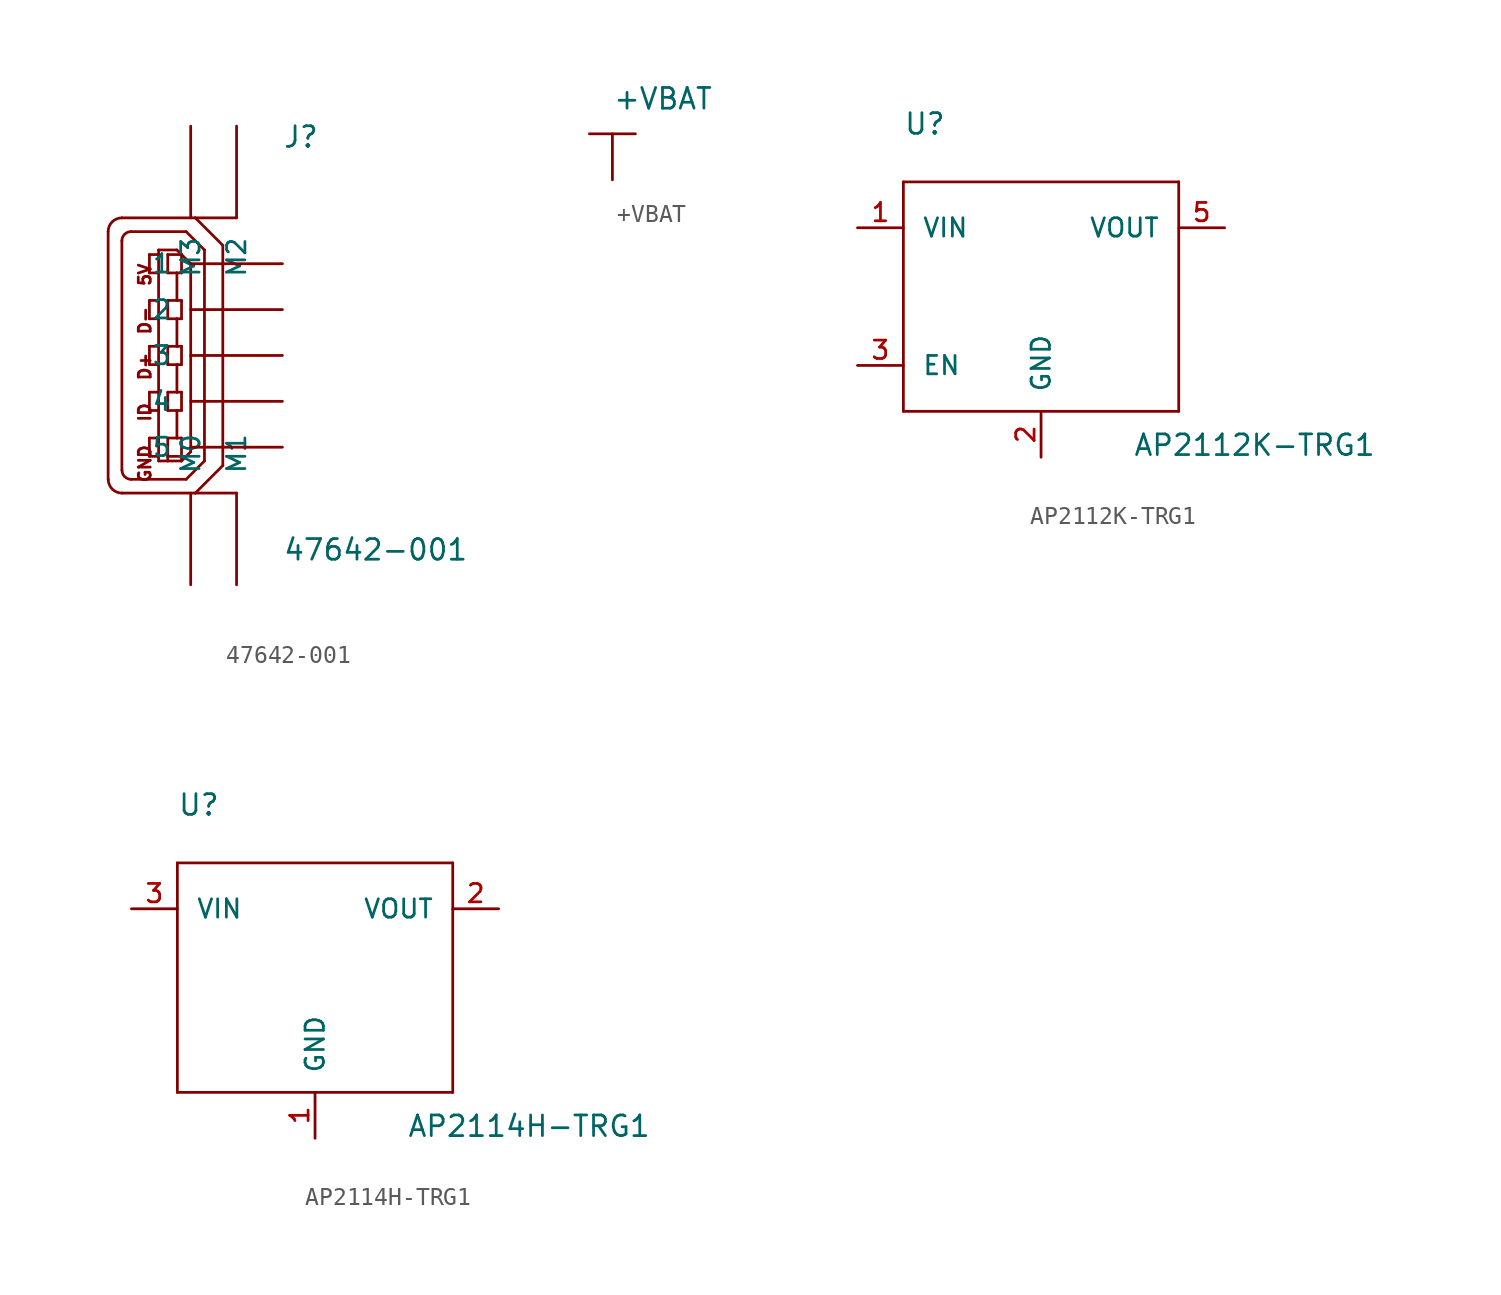
<source format=kicad_sym>
(kicad_symbol_lib
  (version 20211014)
  (generator kicad_symbol_editor)
  (symbol "47642-001"
    (pin_numbers hide)
    (pin_names
      (offset 1.016))
    (property "Reference" "J"
      (at 5.08 11.43 0)
      (effects (font (size 1.143 1.143)) (justify left bottom)))
    (property "Value" "47642-001"
      (at 5.08 -11.43 0)
      (effects (font (size 1.143 1.143)) (justify left bottom)))
    (property "ki_locked" ""
      (at 0 0 0)
      (effects (font (size 1.27 1.27))))
    (symbol "47642-001_1_0"
      (polyline (pts (xy -4.572 6.858) (xy -4.572 -6.858)) (stroke (width 0) (type default) (color 0 0 0 0)) (fill (type none)))
      (polyline (pts (xy -3.81 -7.62) (xy 0.254 -7.62)) (stroke (width 0) (type default) (color 0 0 0 0)) (fill (type none)))
      (polyline (pts (xy -3.81 6.35) (xy -3.81 -6.35)) (stroke (width 0) (type default) (color 0 0 0 0)) (fill (type none)))
      (polyline (pts (xy -3.302 -6.858) (xy -0.254 -6.858)) (stroke (width 0) (type default) (color 0 0 0 0)) (fill (type none)))
      (polyline (pts (xy -2.286 -5.588) (xy -1.778 -5.588)) (stroke (width 0) (type default) (color 0 0 0 0)) (fill (type none)))
      (polyline (pts (xy -2.286 -4.572) (xy -2.286 -5.588)) (stroke (width 0) (type default) (color 0 0 0 0)) (fill (type none)))
      (polyline (pts (xy -2.286 -3.048) (xy -1.778 -3.048)) (stroke (width 0) (type default) (color 0 0 0 0)) (fill (type none)))
      (polyline (pts (xy -2.286 -2.032) (xy -2.286 -3.048)) (stroke (width 0) (type default) (color 0 0 0 0)) (fill (type none)))
      (polyline (pts (xy -2.286 -0.508) (xy -1.778 -0.508)) (stroke (width 0) (type default) (color 0 0 0 0)) (fill (type none)))
      (polyline (pts (xy -2.286 0.508) (xy -2.286 -0.508)) (stroke (width 0) (type default) (color 0 0 0 0)) (fill (type none)))
      (polyline (pts (xy -2.286 2.032) (xy -1.778 2.032)) (stroke (width 0) (type default) (color 0 0 0 0)) (fill (type none)))
      (polyline (pts (xy -2.286 3.048) (xy -2.286 2.032)) (stroke (width 0) (type default) (color 0 0 0 0)) (fill (type none)))
      (polyline (pts (xy -2.286 4.572) (xy -1.778 4.572)) (stroke (width 0) (type default) (color 0 0 0 0)) (fill (type none)))
      (polyline (pts (xy -2.286 5.588) (xy -2.286 4.572)) (stroke (width 0) (type default) (color 0 0 0 0)) (fill (type none)))
      (polyline (pts (xy -1.778 -5.842) (xy -1.778 -5.588)) (stroke (width 0) (type default) (color 0 0 0 0)) (fill (type none)))
      (polyline (pts (xy -1.778 -5.588) (xy -1.778 -4.572)) (stroke (width 0) (type default) (color 0 0 0 0)) (fill (type none)))
      (polyline (pts (xy -1.778 -4.572) (xy -2.286 -4.572)) (stroke (width 0) (type default) (color 0 0 0 0)) (fill (type none)))
      (polyline (pts (xy -1.778 -4.572) (xy -1.778 -3.048)) (stroke (width 0) (type default) (color 0 0 0 0)) (fill (type none)))
      (polyline (pts (xy -1.778 -3.048) (xy -1.778 -2.032)) (stroke (width 0) (type default) (color 0 0 0 0)) (fill (type none)))
      (polyline (pts (xy -1.778 -2.032) (xy -2.286 -2.032)) (stroke (width 0) (type default) (color 0 0 0 0)) (fill (type none)))
      (polyline (pts (xy -1.778 -2.032) (xy -1.778 -0.508)) (stroke (width 0) (type default) (color 0 0 0 0)) (fill (type none)))
      (polyline (pts (xy -1.778 -0.508) (xy -1.778 0.508)) (stroke (width 0) (type default) (color 0 0 0 0)) (fill (type none)))
      (polyline (pts (xy -1.778 0.508) (xy -2.286 0.508)) (stroke (width 0) (type default) (color 0 0 0 0)) (fill (type none)))
      (polyline (pts (xy -1.778 0.508) (xy -1.778 2.032)) (stroke (width 0) (type default) (color 0 0 0 0)) (fill (type none)))
      (polyline (pts (xy -1.778 2.032) (xy -1.778 3.048)) (stroke (width 0) (type default) (color 0 0 0 0)) (fill (type none)))
      (polyline (pts (xy -1.778 3.048) (xy -2.286 3.048)) (stroke (width 0) (type default) (color 0 0 0 0)) (fill (type none)))
      (polyline (pts (xy -1.778 3.048) (xy -1.778 4.572)) (stroke (width 0) (type default) (color 0 0 0 0)) (fill (type none)))
      (polyline (pts (xy -1.778 4.572) (xy -1.778 5.588)) (stroke (width 0) (type default) (color 0 0 0 0)) (fill (type none)))
      (polyline (pts (xy -1.778 5.588) (xy -2.286 5.588)) (stroke (width 0) (type default) (color 0 0 0 0)) (fill (type none)))
      (polyline (pts (xy -1.778 5.588) (xy -1.778 5.842)) (stroke (width 0) (type default) (color 0 0 0 0)) (fill (type none)))
      (polyline (pts (xy -1.778 5.842) (xy -0.762 5.842)) (stroke (width 0) (type default) (color 0 0 0 0)) (fill (type none)))
      (polyline (pts (xy -1.27 -5.842) (xy -1.778 -5.842)) (stroke (width 0) (type default) (color 0 0 0 0)) (fill (type none)))
      (polyline (pts (xy -1.27 -5.842) (xy -1.27 -5.588)) (stroke (width 0) (type default) (color 0 0 0 0)) (fill (type none)))
      (polyline (pts (xy -1.27 -5.588) (xy -1.27 -4.572)) (stroke (width 0) (type default) (color 0 0 0 0)) (fill (type none)))
      (polyline (pts (xy -1.27 -5.588) (xy -0.508 -5.588)) (stroke (width 0) (type default) (color 0 0 0 0)) (fill (type none)))
      (polyline (pts (xy -1.27 -4.572) (xy -0.762 -4.572)) (stroke (width 0) (type default) (color 0 0 0 0)) (fill (type none)))
      (polyline (pts (xy -1.27 -3.048) (xy -1.27 -2.032)) (stroke (width 0) (type default) (color 0 0 0 0)) (fill (type none)))
      (polyline (pts (xy -1.27 -2.032) (xy -0.762 -2.032)) (stroke (width 0) (type default) (color 0 0 0 0)) (fill (type none)))
      (polyline (pts (xy -1.27 -0.508) (xy -1.27 0.508)) (stroke (width 0) (type default) (color 0 0 0 0)) (fill (type none)))
      (polyline (pts (xy -1.27 0.508) (xy -0.762 0.508)) (stroke (width 0) (type default) (color 0 0 0 0)) (fill (type none)))
      (polyline (pts (xy -1.27 2.032) (xy -1.27 3.048)) (stroke (width 0) (type default) (color 0 0 0 0)) (fill (type none)))
      (polyline (pts (xy -1.27 3.048) (xy -0.762 3.048)) (stroke (width 0) (type default) (color 0 0 0 0)) (fill (type none)))
      (polyline (pts (xy -1.27 4.572) (xy -1.27 5.588)) (stroke (width 0) (type default) (color 0 0 0 0)) (fill (type none)))
      (polyline (pts (xy -1.27 5.588) (xy -0.508 5.588)) (stroke (width 0) (type default) (color 0 0 0 0)) (fill (type none)))
      (polyline (pts (xy -0.762 -4.572) (xy -0.508 -4.572)) (stroke (width 0) (type default) (color 0 0 0 0)) (fill (type none)))
      (polyline (pts (xy -0.762 -3.048) (xy -1.27 -3.048)) (stroke (width 0) (type default) (color 0 0 0 0)) (fill (type none)))
      (polyline (pts (xy -0.762 -3.048) (xy -0.762 -4.572)) (stroke (width 0) (type default) (color 0 0 0 0)) (fill (type none)))
      (polyline (pts (xy -0.762 -2.032) (xy -0.508 -2.032)) (stroke (width 0) (type default) (color 0 0 0 0)) (fill (type none)))
      (polyline (pts (xy -0.762 -0.508) (xy -1.27 -0.508)) (stroke (width 0) (type default) (color 0 0 0 0)) (fill (type none)))
      (polyline (pts (xy -0.762 -0.508) (xy -0.762 -2.032)) (stroke (width 0) (type default) (color 0 0 0 0)) (fill (type none)))
      (polyline (pts (xy -0.762 0.508) (xy -0.508 0.508)) (stroke (width 0) (type default) (color 0 0 0 0)) (fill (type none)))
      (polyline (pts (xy -0.762 2.032) (xy -1.27 2.032)) (stroke (width 0) (type default) (color 0 0 0 0)) (fill (type none)))
      (polyline (pts (xy -0.762 2.032) (xy -0.762 0.508)) (stroke (width 0) (type default) (color 0 0 0 0)) (fill (type none)))
      (polyline (pts (xy -0.762 3.048) (xy -0.508 3.048)) (stroke (width 0) (type default) (color 0 0 0 0)) (fill (type none)))
      (polyline (pts (xy -0.762 4.572) (xy -1.27 4.572)) (stroke (width 0) (type default) (color 0 0 0 0)) (fill (type none)))
      (polyline (pts (xy -0.762 4.572) (xy -0.762 3.048)) (stroke (width 0) (type default) (color 0 0 0 0)) (fill (type none)))
      (polyline (pts (xy -0.762 5.842) (xy -0.508 5.588)) (stroke (width 0) (type default) (color 0 0 0 0)) (fill (type none)))
      (polyline (pts (xy -0.508 -5.842) (xy -1.27 -5.842)) (stroke (width 0) (type default) (color 0 0 0 0)) (fill (type none)))
      (polyline (pts (xy -0.508 -5.588) (xy -0.508 -5.842)) (stroke (width 0) (type default) (color 0 0 0 0)) (fill (type none)))
      (polyline (pts (xy -0.508 -4.572) (xy -0.508 -5.588)) (stroke (width 0) (type default) (color 0 0 0 0)) (fill (type none)))
      (polyline (pts (xy -0.508 -3.048) (xy -0.762 -3.048)) (stroke (width 0) (type default) (color 0 0 0 0)) (fill (type none)))
      (polyline (pts (xy -0.508 -2.032) (xy -0.508 -3.048)) (stroke (width 0) (type default) (color 0 0 0 0)) (fill (type none)))
      (polyline (pts (xy -0.508 -0.508) (xy -0.762 -0.508)) (stroke (width 0) (type default) (color 0 0 0 0)) (fill (type none)))
      (polyline (pts (xy -0.508 0.508) (xy -0.508 -0.508)) (stroke (width 0) (type default) (color 0 0 0 0)) (fill (type none)))
      (polyline (pts (xy -0.508 2.032) (xy -0.762 2.032)) (stroke (width 0) (type default) (color 0 0 0 0)) (fill (type none)))
      (polyline (pts (xy -0.508 3.048) (xy -0.508 2.032)) (stroke (width 0) (type default) (color 0 0 0 0)) (fill (type none)))
      (polyline (pts (xy -0.508 4.572) (xy -0.762 4.572)) (stroke (width 0) (type default) (color 0 0 0 0)) (fill (type none)))
      (polyline (pts (xy -0.508 5.588) (xy -0.508 4.572)) (stroke (width 0) (type default) (color 0 0 0 0)) (fill (type none)))
      (polyline (pts (xy -0.508 5.588) (xy 0 5.08)) (stroke (width 0) (type default) (color 0 0 0 0)) (fill (type none)))
      (polyline (pts (xy -0.254 -6.858) (xy 0.762 -5.842)) (stroke (width 0) (type default) (color 0 0 0 0)) (fill (type none)))
      (polyline (pts (xy -0.254 6.858) (xy -3.302 6.858)) (stroke (width 0) (type default) (color 0 0 0 0)) (fill (type none)))
      (polyline (pts (xy 0 -5.334) (xy -0.508 -5.842)) (stroke (width 0) (type default) (color 0 0 0 0)) (fill (type none)))
      (polyline (pts (xy 0 5.08) (xy 0 -5.334)) (stroke (width 0) (type default) (color 0 0 0 0)) (fill (type none)))
      (polyline (pts (xy 0.254 -7.62) (xy 1.778 -6.096)) (stroke (width 0) (type default) (color 0 0 0 0)) (fill (type none)))
      (polyline (pts (xy 0.254 -7.62) (xy 2.54 -7.62)) (stroke (width 0) (type default) (color 0 0 0 0)) (fill (type none)))
      (polyline (pts (xy 0.254 7.62) (xy -3.81 7.62)) (stroke (width 0) (type default) (color 0 0 0 0)) (fill (type none)))
      (polyline (pts (xy 0.254 7.62) (xy 2.54 7.62)) (stroke (width 0) (type default) (color 0 0 0 0)) (fill (type none)))
      (polyline (pts (xy 0.762 -5.842) (xy 0.762 5.842)) (stroke (width 0) (type default) (color 0 0 0 0)) (fill (type none)))
      (polyline (pts (xy 0.762 5.842) (xy -0.254 6.858)) (stroke (width 0) (type default) (color 0 0 0 0)) (fill (type none)))
      (polyline (pts (xy 1.778 -6.096) (xy 1.778 6.096)) (stroke (width 0) (type default) (color 0 0 0 0)) (fill (type none)))
      (polyline (pts (xy 1.778 6.096) (xy 0.254 7.62)) (stroke (width 0) (type default) (color 0 0 0 0)) (fill (type none)))
      (text "5V" (at -2.54 4.47 900) (effects (font (size 0.66 0.66))))
      (text "D+" (at -2.54 -0.61 900) (effects (font (size 0.66 0.66))))
      (text "D-" (at -2.54 1.93 900) (effects (font (size 0.66 0.66))))
      (text "GND" (at -2.54 -5.994 900) (effects (font (size 0.66 0.66))))
      (text "ID" (at -2.54 -3.15 900) (effects (font (size 0.66 0.66)))))
    (symbol "47642-001_1_1"
      (arc (start -4.572 -6.858) (mid -4.3488 -7.3968) (end -3.81 -7.62) (stroke (width 0) (type default) (color 0 0 0 0)) (fill (type none)))
      (arc (start -3.81 -6.35) (mid -3.6612 -6.7092) (end -3.302 -6.858) (stroke (width 0) (type default) (color 0 0 0 0)) (fill (type none)))
      (arc (start -3.81 7.62) (mid -4.3488 7.3968) (end -4.572 6.858) (stroke (width 0) (type default) (color 0 0 0 0)) (fill (type none)))
      (arc (start -3.302 6.858) (mid -3.6612 6.7092) (end -3.81 6.35) (stroke (width 0) (type default) (color 0 0 0 0)) (fill (type none)))
      (pin passive line (at 5.08 5.08 180) (length 5.08) (name "1" (effects (font (size 1.016 1.016)))) (number "1" (effects (font (size 1.016 1.016)))))
      (pin passive line (at 5.08 2.54 180) (length 5.08) (name "2" (effects (font (size 1.016 1.016)))) (number "2" (effects (font (size 1.016 1.016)))))
      (pin passive line (at 5.08 0 180) (length 5.08) (name "3" (effects (font (size 1.016 1.016)))) (number "3" (effects (font (size 1.016 1.016)))))
      (pin passive line (at 5.08 -2.54 180) (length 5.08) (name "4" (effects (font (size 1.016 1.016)))) (number "4" (effects (font (size 1.016 1.016)))))
      (pin passive line (at 5.08 -5.08 180) (length 5.08) (name "5" (effects (font (size 1.016 1.016)))) (number "5" (effects (font (size 1.016 1.016)))))
      (pin passive line (at 0 -12.7 90) (length 5.08) (name "M0" (effects (font (size 1.016 1.016)))) (number "S$1" (effects (font (size 1.016 1.016)))))
      (pin passive line (at 2.54 -12.7 90) (length 5.08) (name "M1" (effects (font (size 1.016 1.016)))) (number "S$2" (effects (font (size 1.016 1.016)))))
      (pin passive line (at 2.54 12.7 270) (length 5.08) (name "M2" (effects (font (size 1.016 1.016)))) (number "S$3" (effects (font (size 1.016 1.016)))))
      (pin passive line (at 0 12.7 270) (length 5.08) (name "M3" (effects (font (size 1.016 1.016)))) (number "S$4" (effects (font (size 1.016 1.016)))))))
  (symbol "+VBAT"
    (power)
    (pin_numbers hide)
    (pin_names
      (offset 1.016) hide)
    (property "Reference" "#SUPPLY"
      (at 0 0 0)
      (effects (font (size 1.143 1.143)) (justify left bottom) hide))
    (property "Value" "+VBAT"
      (at 0 3.81 0)
      (effects (font (size 1.143 1.143)) (justify left bottom)))
    (property "ki_locked" ""
      (at 0 0 0)
      (effects (font (size 1.27 1.27))))
    (symbol "+VBAT_1_0"
      (polyline (pts (xy -1.27 2.54) (xy 1.27 2.54)) (stroke (width 0) (type default) (color 0 0 0 0)) (fill (type none)))
      (polyline (pts (xy 0 0) (xy 0 2.54)) (stroke (width 0) (type default) (color 0 0 0 0)) (fill (type none))))
    (symbol "+VBAT_1_1"
      (pin power_in line (at 0 0 90) (length 2.54) hide (name "+VBAT" (effects (font (size 1.016 1.016)))) (number "~" (effects (font (size 1.016 1.016)))))))
  (symbol "AP2112K-TRG1"
    (pin_names
      (offset 1.016))
    (property "Reference" "U"
      (at -7.62 10.16 0)
      (effects (font (size 1.143 1.143)) (justify left bottom)))
    (property "Value" "AP2112K-TRG1"
      (at 5.08 -7.62 0)
      (effects (font (size 1.143 1.143)) (justify left bottom)))
    (property "ki_locked" ""
      (at 0 0 0)
      (effects (font (size 1.27 1.27))))
    (symbol "AP2112K-TRG1_1_0"
      (polyline (pts (xy -7.62 -5.08) (xy -7.62 7.62)) (stroke (width 0) (type default) (color 0 0 0 0)) (fill (type none)))
      (polyline (pts (xy -7.62 7.62) (xy 7.62 7.62)) (stroke (width 0) (type default) (color 0 0 0 0)) (fill (type none)))
      (polyline (pts (xy 7.62 -5.08) (xy -7.62 -5.08)) (stroke (width 0) (type default) (color 0 0 0 0)) (fill (type none)))
      (polyline (pts (xy 7.62 7.62) (xy 7.62 -5.08)) (stroke (width 0) (type default) (color 0 0 0 0)) (fill (type none))))
    (symbol "AP2112K-TRG1_1_1"
      (pin power_in line (at -10.16 5.08 0) (length 2.54) (name "VIN" (effects (font (size 1.016 1.016)))) (number "1" (effects (font (size 1.016 1.016)))))
      (pin power_in line (at 0 -7.62 90) (length 2.54) (name "GND" (effects (font (size 1.016 1.016)))) (number "2" (effects (font (size 1.016 1.016)))))
      (pin input line (at -10.16 -2.54 0) (length 2.54) (name "EN" (effects (font (size 1.016 1.016)))) (number "3" (effects (font (size 1.016 1.016)))))
      (pin power_out line (at 10.16 5.08 180) (length 2.54) (name "VOUT" (effects (font (size 1.016 1.016)))) (number "5" (effects (font (size 1.016 1.016)))))))
  (symbol "AP2114H-TRG1"
    (pin_names
      (offset 1.016))
    (property "Reference" "U"
      (at -7.62 10.16 0)
      (effects (font (size 1.143 1.143)) (justify left bottom)))
    (property "Value" "AP2114H-TRG1"
      (at 5.08 -7.62 0)
      (effects (font (size 1.143 1.143)) (justify left bottom)))
    (property "ki_locked" ""
      (at 0 0 0)
      (effects (font (size 1.27 1.27))))
    (symbol "AP2114H-TRG1_1_0"
      (polyline (pts (xy -7.62 -5.08) (xy -7.62 7.62)) (stroke (width 0) (type default) (color 0 0 0 0)) (fill (type none)))
      (polyline (pts (xy -7.62 7.62) (xy 7.62 7.62)) (stroke (width 0) (type default) (color 0 0 0 0)) (fill (type none)))
      (polyline (pts (xy 7.62 -5.08) (xy -7.62 -5.08)) (stroke (width 0) (type default) (color 0 0 0 0)) (fill (type none)))
      (polyline (pts (xy 7.62 7.62) (xy 7.62 -5.08)) (stroke (width 0) (type default) (color 0 0 0 0)) (fill (type none))))
    (symbol "AP2114H-TRG1_1_1"
      (pin power_in line (at 0 -7.62 90) (length 2.54) (name "GND" (effects (font (size 1.016 1.016)))) (number "1" (effects (font (size 1.016 1.016)))))
      (pin power_out line (at 10.16 5.08 180) (length 2.54) (name "VOUT" (effects (font (size 1.016 1.016)))) (number "2" (effects (font (size 1.016 1.016)))))
      (pin power_in line (at -10.16 5.08 0) (length 2.54) (name "VIN" (effects (font (size 1.016 1.016)))) (number "3" (effects (font (size 1.016 1.016)))))
      (pin power_out line (at 10.16 5.08 180) (length 2.54) hide (name "VOUT" (effects (font (size 1.016 1.016)))) (number "PAD" (effects (font (size 1.016 1.016))))))))
</source>
